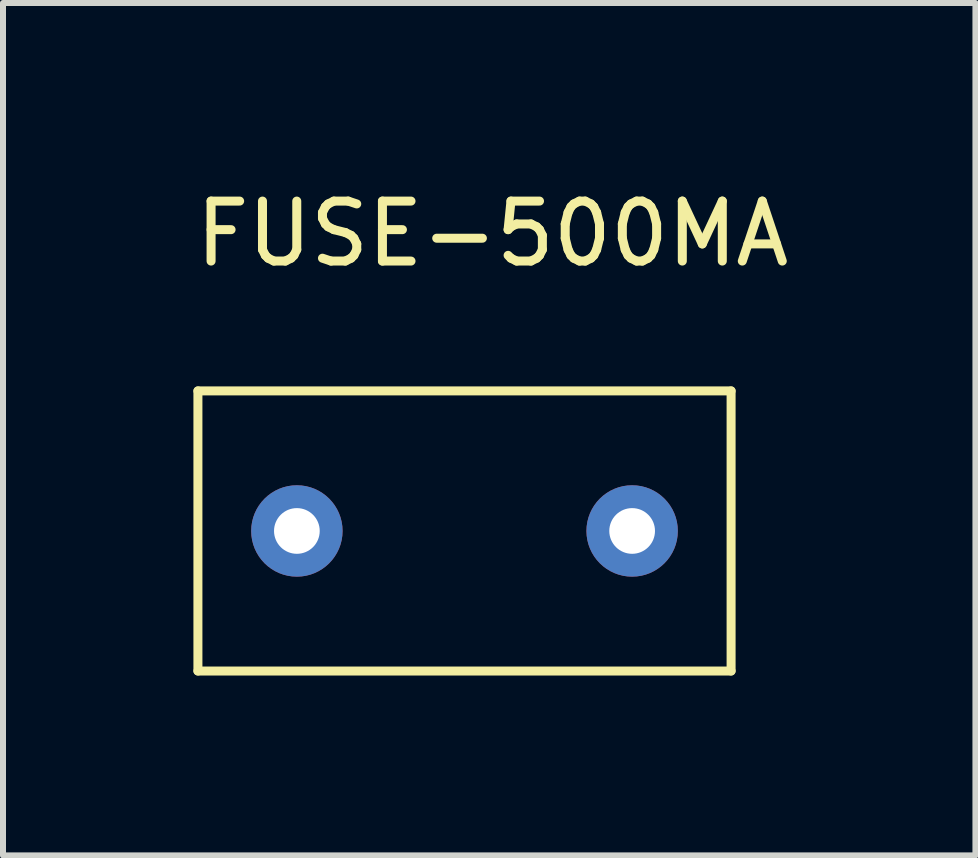
<source format=kicad_pcb>
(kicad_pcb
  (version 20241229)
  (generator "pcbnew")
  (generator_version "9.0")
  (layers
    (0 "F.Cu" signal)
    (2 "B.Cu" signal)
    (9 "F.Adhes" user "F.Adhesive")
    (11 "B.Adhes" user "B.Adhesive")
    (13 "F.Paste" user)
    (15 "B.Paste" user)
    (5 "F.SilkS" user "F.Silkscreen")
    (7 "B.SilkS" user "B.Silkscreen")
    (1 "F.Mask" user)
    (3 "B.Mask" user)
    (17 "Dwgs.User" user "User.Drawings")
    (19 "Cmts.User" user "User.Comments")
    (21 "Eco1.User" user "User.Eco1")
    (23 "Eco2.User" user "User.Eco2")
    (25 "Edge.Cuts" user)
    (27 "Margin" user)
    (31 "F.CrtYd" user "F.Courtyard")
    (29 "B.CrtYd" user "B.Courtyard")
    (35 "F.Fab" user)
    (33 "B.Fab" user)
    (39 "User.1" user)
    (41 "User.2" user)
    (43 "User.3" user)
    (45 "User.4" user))
  (footprint "FUSE-500MA"
    (layer "F.Cu")
    (at 0.25 3.468)
    (property "Reference" "FUSE-500MA" (at 4.91 -2.62 0) (layer "F.SilkS") (effects (font (size 1 1) (thickness 0.15))))
    (attr through_hole)
    (fp_line (start 0 0) (end 0 4.67) (stroke (width 0.15) (type solid)) (layer "F.SilkS"))
    (fp_line (start 0 0) (end 8.89 0) (stroke (width 0.15) (type solid)) (layer "F.SilkS"))
    (fp_line (start 0 4.67) (end 8.89 4.67) (stroke (width 0.15) (type solid)) (layer "F.SilkS"))
    (fp_line (start 8.89 0) (end 8.89 4.67) (stroke (width 0.15) (type solid)) (layer "F.SilkS"))
    (pad "1" thru_hole circle (at 1.65 2.335) (size 1.524 1.524) (drill 0.762) (layers "*.Cu" "*.Mask"))
    (pad "2" thru_hole circle (at 7.24 2.335) (size 1.524 1.524) (drill 0.762) (layers "*.Cu" "*.Mask")))
  (gr_rect
    (start -3 -3)
    (end 13.214 11.213)
    (stroke (width 0.1) (type default))
    (fill no)
    (layer "Edge.Cuts")))
</source>
